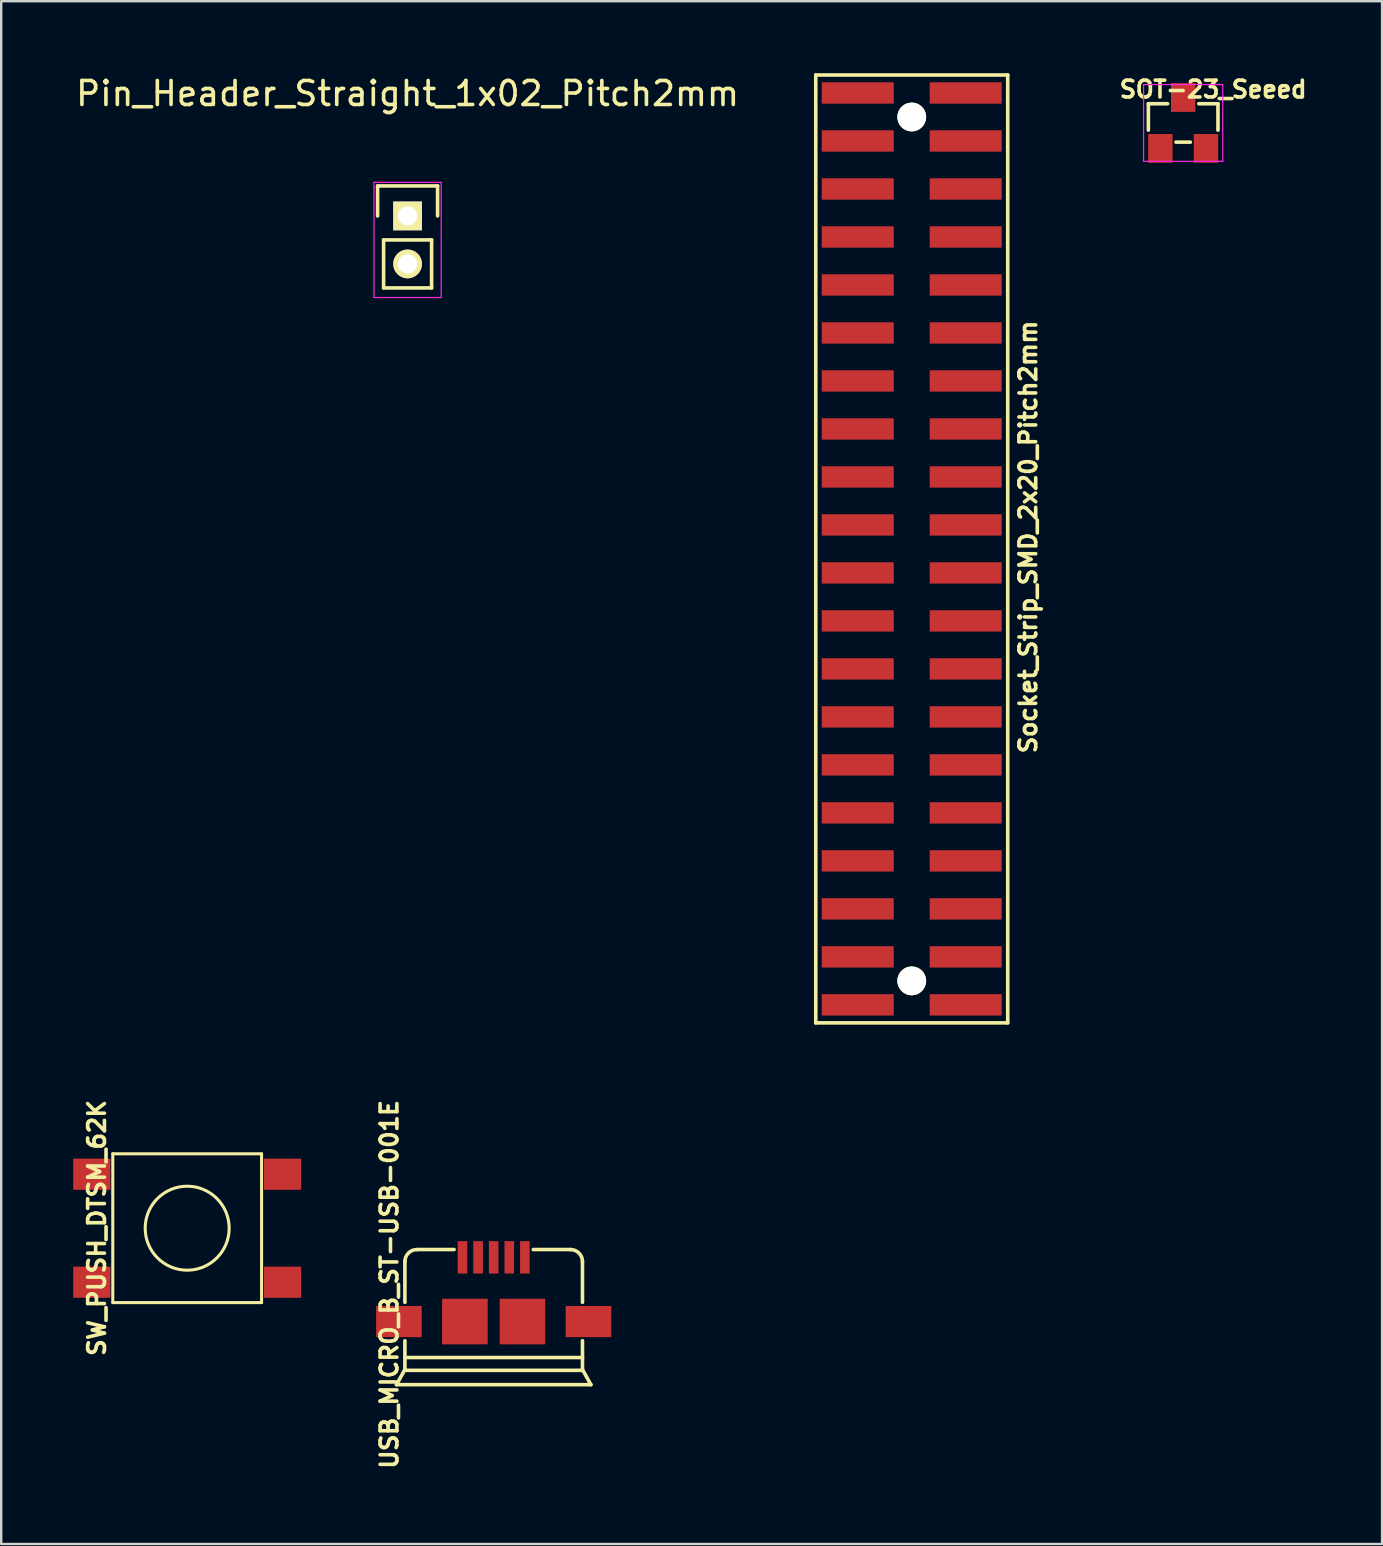
<source format=kicad_pcb>
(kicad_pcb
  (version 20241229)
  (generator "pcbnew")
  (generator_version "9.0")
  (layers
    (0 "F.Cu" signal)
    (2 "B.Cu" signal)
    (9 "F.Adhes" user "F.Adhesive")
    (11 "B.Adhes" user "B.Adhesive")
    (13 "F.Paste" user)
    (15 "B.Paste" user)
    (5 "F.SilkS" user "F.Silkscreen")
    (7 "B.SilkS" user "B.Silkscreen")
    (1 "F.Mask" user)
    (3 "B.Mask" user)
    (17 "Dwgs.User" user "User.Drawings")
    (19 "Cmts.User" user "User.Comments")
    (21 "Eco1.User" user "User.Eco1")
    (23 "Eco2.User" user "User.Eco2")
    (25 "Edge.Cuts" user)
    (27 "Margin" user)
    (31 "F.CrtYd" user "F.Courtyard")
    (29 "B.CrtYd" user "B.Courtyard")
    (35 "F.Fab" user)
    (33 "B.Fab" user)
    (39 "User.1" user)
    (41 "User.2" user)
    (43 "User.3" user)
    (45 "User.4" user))
  (footprint "USB_MICRO_B_ST-USB-001E"
    (layer "F.Cu")
    (at 17.523 53.522)
    (property "Reference" "USB_MICRO_B_ST-USB-001E" (at -4.35 -3.05 90) (layer "F.SilkS") (effects (font (size 0.7 0.7) (thickness 0.15))))
    (attr smd)
    (fp_line (start -4.05 1.13) (end -3.7 0.5) (stroke (width 0.15) (type solid)) (layer "F.SilkS"))
    (fp_line (start -3.7 -2.3) (end -3.7 -4) (stroke (width 0.15) (type solid)) (layer "F.SilkS"))
    (fp_line (start -3.7 -0.7) (end -3.7 0.5) (stroke (width 0.15) (type solid)) (layer "F.SilkS"))
    (fp_line (start -3.7 0) (end 3.7 0) (stroke (width 0.15) (type solid)) (layer "F.SilkS"))
    (fp_line (start -3.683 0.532) (end 3.683 0.532) (stroke (width 0.15) (type solid)) (layer "F.SilkS"))
    (fp_line (start -3.2 -4.5) (end -1.65 -4.5) (stroke (width 0.15) (type solid)) (layer "F.SilkS"))
    (fp_line (start 3.2 -4.5) (end 1.65 -4.5) (stroke (width 0.15) (type solid)) (layer "F.SilkS"))
    (fp_line (start 3.7 -4) (end 3.7 -2.3) (stroke (width 0.15) (type solid)) (layer "F.SilkS"))
    (fp_line (start 3.7 -0.7) (end 3.7 0.5) (stroke (width 0.15) (type solid)) (layer "F.SilkS"))
    (fp_line (start 3.7 0.5) (end 4.05 1.13) (stroke (width 0.15) (type solid)) (layer "F.SilkS"))
    (fp_line (start 4.05 1.13) (end -4.05 1.13) (stroke (width 0.15) (type solid)) (layer "F.SilkS"))
    (fp_arc (start -3.7 -4) (mid -3.553553 -4.353553) (end -3.2 -4.5) (stroke (width 0.15) (type solid)) (layer "F.SilkS"))
    (fp_arc (start 3.2 -4.5) (mid 3.553553 -4.353553) (end 3.7 -4) (stroke (width 0.15) (type solid)) (layer "F.SilkS"))
    (pad "1" smd rect (at -1.3 -4.175) (size 0.4 1.35) (layers "F.Cu" "F.Mask" "F.Paste"))
    (pad "2" smd rect (at -0.65 -4.175) (size 0.4 1.35) (layers "F.Cu" "F.Mask" "F.Paste"))
    (pad "3" smd rect (at 0 -4.175) (size 0.4 1.35) (layers "F.Cu" "F.Mask" "F.Paste"))
    (pad "4" smd rect (at 0.65 -4.175) (size 0.4 1.35) (layers "F.Cu" "F.Mask" "F.Paste"))
    (pad "5" smd rect (at 1.3 -4.175) (size 0.4 1.35) (layers "F.Cu" "F.Mask" "F.Paste"))
    (pad "6" smd rect (at 3.95 -1.5) (size 1.9 1.3) (layers "F.Cu" "F.Mask" "F.Paste"))
    (pad "7" smd rect (at 1.2 -1.5) (size 1.9 1.9) (layers "F.Cu" "F.Mask" "F.Paste"))
    (pad "8" smd rect (at -1.2 -1.5) (size 1.9 1.9) (layers "F.Cu" "F.Mask" "F.Paste"))
    (pad "9" smd rect (at -3.95 -1.5) (size 1.9 1.3) (layers "F.Cu" "F.Mask" "F.Paste")))
  (footprint "Pin_Header_Straight_1x02_Pitch2mm"
    (layer "F.Cu")
    (at 13.935 5.948)
    (property "Reference" "Pin_Header_Straight_1x02_Pitch2mm" (at 0 -5.1 0) (layer "F.SilkS") (effects (font (size 1 1) (thickness 0.15))))
    (attr through_hole)
    (fp_line (start -1.25 -1.25) (end 1.25 -1.25) (stroke (width 0.15) (type solid)) (layer "F.SilkS"))
    (fp_line (start -1.25 0) (end -1.25 -1.25) (stroke (width 0.15) (type solid)) (layer "F.SilkS"))
    (fp_line (start -1 1) (end 1 1) (stroke (width 0.15) (type solid)) (layer "F.SilkS"))
    (fp_line (start -1 3) (end -1 1) (stroke (width 0.15) (type solid)) (layer "F.SilkS"))
    (fp_line (start 1 1) (end 1 3) (stroke (width 0.15) (type solid)) (layer "F.SilkS"))
    (fp_line (start 1 3) (end -1 3) (stroke (width 0.15) (type solid)) (layer "F.SilkS"))
    (fp_line (start 1.25 -1.25) (end 1.25 0) (stroke (width 0.15) (type solid)) (layer "F.SilkS"))
    (fp_line (start -1.4 -1.4) (end 1.4 -1.4) (stroke (width 0.05) (type solid)) (layer "F.CrtYd"))
    (fp_line (start -1.4 3.4) (end -1.4 -1.4) (stroke (width 0.05) (type solid)) (layer "F.CrtYd"))
    (fp_line (start 1.4 -1.4) (end 1.4 3.4) (stroke (width 0.05) (type solid)) (layer "F.CrtYd"))
    (fp_line (start 1.4 3.4) (end -1.4 3.4) (stroke (width 0.05) (type solid)) (layer "F.CrtYd"))
    (pad "1" thru_hole rect (at 0 0) (size 1.2 1.2) (drill 0.8) (layers "*.Cu" "*.Mask" "F.SilkS"))
    (pad "2" thru_hole oval (at 0 2) (size 1.2 1.2) (drill 0.8) (layers "*.Cu" "*.Mask" "F.SilkS")))
  (footprint "Socket_Strip_SMD_2x20_Pitch2mm"
    (layer "F.Cu")
    (at 35.944 0.825)
    (property "Reference" "Socket_Strip_SMD_2x20_Pitch2mm" (at 3.85 18.5 90) (layer "F.SilkS") (effects (font (size 0.7 0.7) (thickness 0.15))))
    (attr smd)
    (fp_line (start -5 -0.75) (end 3 -0.75) (stroke (width 0.15) (type solid)) (layer "F.SilkS"))
    (fp_line (start -5 38.75) (end -5 -0.75) (stroke (width 0.15) (type solid)) (layer "F.SilkS"))
    (fp_line (start 3 -0.75) (end 3 38.75) (stroke (width 0.15) (type solid)) (layer "F.SilkS"))
    (fp_line (start 3 38.75) (end -5 38.75) (stroke (width 0.15) (type solid)) (layer "F.SilkS"))
    (pad "" np_thru_hole circle (at -1 1 270) (size 1.2 1.2) (drill 1.2) (layers "*.Cu" "*.Mask" "F.SilkS"))
    (pad "" np_thru_hole circle (at -1 37 270) (size 1.2 1.2) (drill 1.2) (layers "*.Cu" "*.Mask" "F.SilkS"))
    (pad "1" smd rect (at 1.25 0 270) (size 0.89 3) (layers "F.Cu" "F.Mask" "F.Paste"))
    (pad "2" smd rect (at -3.25 0 270) (size 0.89 3) (layers "F.Cu" "F.Mask" "F.Paste"))
    (pad "3" smd rect (at 1.25 2 270) (size 0.89 3) (layers "F.Cu" "F.Mask" "F.Paste"))
    (pad "4" smd rect (at -3.25 2 270) (size 0.89 3) (layers "F.Cu" "F.Mask" "F.Paste"))
    (pad "5" smd rect (at 1.25 4 270) (size 0.89 3) (layers "F.Cu" "F.Mask" "F.Paste"))
    (pad "6" smd rect (at -3.25 4 270) (size 0.89 3) (layers "F.Cu" "F.Mask" "F.Paste"))
    (pad "7" smd rect (at 1.25 6 270) (size 0.89 3) (layers "F.Cu" "F.Mask" "F.Paste"))
    (pad "8" smd rect (at -3.25 6 270) (size 0.89 3) (layers "F.Cu" "F.Mask" "F.Paste"))
    (pad "9" smd rect (at 1.25 8 270) (size 0.89 3) (layers "F.Cu" "F.Mask" "F.Paste"))
    (pad "10" smd rect (at -3.25 8 270) (size 0.89 3) (layers "F.Cu" "F.Mask" "F.Paste"))
    (pad "11" smd rect (at 1.25 10 270) (size 0.89 3) (layers "F.Cu" "F.Mask" "F.Paste"))
    (pad "12" smd rect (at -3.25 10 270) (size 0.89 3) (layers "F.Cu" "F.Mask" "F.Paste"))
    (pad "13" smd rect (at 1.25 12 270) (size 0.89 3) (layers "F.Cu" "F.Mask" "F.Paste"))
    (pad "14" smd rect (at -3.25 12 270) (size 0.89 3) (layers "F.Cu" "F.Mask" "F.Paste"))
    (pad "15" smd rect (at 1.25 14 270) (size 0.89 3) (layers "F.Cu" "F.Mask" "F.Paste"))
    (pad "16" smd rect (at -3.25 14 270) (size 0.89 3) (layers "F.Cu" "F.Mask" "F.Paste"))
    (pad "17" smd rect (at 1.25 16 270) (size 0.89 3) (layers "F.Cu" "F.Mask" "F.Paste"))
    (pad "18" smd rect (at -3.25 16 270) (size 0.89 3) (layers "F.Cu" "F.Mask" "F.Paste"))
    (pad "19" smd rect (at 1.25 18 270) (size 0.89 3) (layers "F.Cu" "F.Mask" "F.Paste"))
    (pad "20" smd rect (at -3.25 18 270) (size 0.89 3) (layers "F.Cu" "F.Mask" "F.Paste"))
    (pad "21" smd rect (at 1.25 20 270) (size 0.89 3) (layers "F.Cu" "F.Mask" "F.Paste"))
    (pad "22" smd rect (at -3.25 20 270) (size 0.89 3) (layers "F.Cu" "F.Mask" "F.Paste"))
    (pad "23" smd rect (at 1.25 22 270) (size 0.89 3) (layers "F.Cu" "F.Mask" "F.Paste"))
    (pad "24" smd rect (at -3.25 22 270) (size 0.89 3) (layers "F.Cu" "F.Mask" "F.Paste"))
    (pad "25" smd rect (at 1.25 24 270) (size 0.89 3) (layers "F.Cu" "F.Mask" "F.Paste"))
    (pad "26" smd rect (at -3.25 24 270) (size 0.89 3) (layers "F.Cu" "F.Mask" "F.Paste"))
    (pad "27" smd rect (at 1.25 26 270) (size 0.89 3) (layers "F.Cu" "F.Mask" "F.Paste"))
    (pad "28" smd rect (at -3.25 26 270) (size 0.89 3) (layers "F.Cu" "F.Mask" "F.Paste"))
    (pad "29" smd rect (at 1.25 28 270) (size 0.89 3) (layers "F.Cu" "F.Mask" "F.Paste"))
    (pad "30" smd rect (at -3.25 28 270) (size 0.89 3) (layers "F.Cu" "F.Mask" "F.Paste"))
    (pad "31" smd rect (at 1.25 30 270) (size 0.89 3) (layers "F.Cu" "F.Mask" "F.Paste"))
    (pad "32" smd rect (at -3.25 30 270) (size 0.89 3) (layers "F.Cu" "F.Mask" "F.Paste"))
    (pad "33" smd rect (at 1.25 32 270) (size 0.89 3) (layers "F.Cu" "F.Mask" "F.Paste"))
    (pad "34" smd rect (at -3.25 32 270) (size 0.89 3) (layers "F.Cu" "F.Mask" "F.Paste"))
    (pad "35" smd rect (at 1.25 34 270) (size 0.89 3) (layers "F.Cu" "F.Mask" "F.Paste"))
    (pad "36" smd rect (at -3.25 34 270) (size 0.89 3) (layers "F.Cu" "F.Mask" "F.Paste"))
    (pad "37" smd rect (at 1.25 36 270) (size 0.89 3) (layers "F.Cu" "F.Mask" "F.Paste"))
    (pad "38" smd rect (at -3.25 36 270) (size 0.89 3) (layers "F.Cu" "F.Mask" "F.Paste"))
    (pad "39" smd rect (at 1.25 38 270) (size 0.89 3) (layers "F.Cu" "F.Mask" "F.Paste"))
    (pad "40" smd rect (at -3.25 38 270) (size 0.89 3) (layers "F.Cu" "F.Mask" "F.Paste")))
  (footprint "SW_PUSH_DTSM_62K"
    (layer "F.Cu")
    (at 4.75 48.132)
    (property "Reference" "SW_PUSH_DTSM_62K" (at -3.764 -0.01 90) (layer "F.SilkS") (effects (font (size 0.7 0.7) (thickness 0.15))))
    (attr smd)
    (fp_line (start -3.1 -3.1) (end -3.1 3.1) (stroke (width 0.127) (type solid)) (layer "F.SilkS"))
    (fp_line (start -3.1 -3.1) (end 3.1 -3.1) (stroke (width 0.127) (type solid)) (layer "F.SilkS"))
    (fp_line (start 3.1 -3.1) (end 3.1 3.1) (stroke (width 0.127) (type solid)) (layer "F.SilkS"))
    (fp_line (start 3.1 3.1) (end -3.1 3.1) (stroke (width 0.127) (type solid)) (layer "F.SilkS"))
    (fp_circle (center 0 0) (end 0 -1.75) (stroke (width 0.127) (type solid)) (fill no) (layer "F.SilkS"))
    (pad "1" smd rect (at -3.975 -2.25) (size 1.55 1.3) (layers "F.Cu" "F.Mask" "F.Paste"))
    (pad "1" smd rect (at 3.975 -2.25) (size 1.55 1.3) (layers "F.Cu" "F.Mask" "F.Paste"))
    (pad "2" smd rect (at -3.975 2.25) (size 1.55 1.3) (layers "F.Cu" "F.Mask" "F.Paste"))
    (pad "2" smd rect (at 3.975 2.25) (size 1.55 1.3) (layers "F.Cu" "F.Mask" "F.Paste")))
  (footprint "SOT-23_Seeed"
    (layer "F.Cu")
    (at 46.255 2.073)
    (property "Reference" "SOT-23_Seeed" (at 1.25 -1.4 0) (layer "F.SilkS") (effects (font (size 0.7 0.7) (thickness 0.15))))
    (attr smd)
    (fp_line (start -1.45 -0.8) (end -1.45 0.3) (stroke (width 0.15) (type solid)) (layer "F.SilkS"))
    (fp_line (start -0.65 -0.8) (end -1.45 -0.8) (stroke (width 0.15) (type solid)) (layer "F.SilkS"))
    (fp_line (start -0.3 0.8) (end 0.3 0.8) (stroke (width 0.15) (type solid)) (layer "F.SilkS"))
    (fp_line (start 0.65 -0.8) (end 1.45 -0.8) (stroke (width 0.15) (type solid)) (layer "F.SilkS"))
    (fp_line (start 1.45 -0.8) (end 1.45 0.3) (stroke (width 0.15) (type solid)) (layer "F.SilkS"))
    (fp_line (start -1.65 -1.6) (end 1.65 -1.6) (stroke (width 0.05) (type solid)) (layer "F.CrtYd"))
    (fp_line (start -1.65 1.6) (end -1.65 -1.6) (stroke (width 0.05) (type solid)) (layer "F.CrtYd"))
    (fp_line (start 1.65 -1.6) (end 1.65 1.6) (stroke (width 0.05) (type solid)) (layer "F.CrtYd"))
    (fp_line (start 1.65 1.6) (end -1.65 1.6) (stroke (width 0.05) (type solid)) (layer "F.CrtYd"))
    (pad "1" smd rect (at -0.95 1.06) (size 1.016 1.2) (layers "F.Cu" "F.Mask" "F.Paste"))
    (pad "2" smd rect (at 0.95 1.06) (size 1.016 1.2) (layers "F.Cu" "F.Mask" "F.Paste"))
    (pad "3" smd rect (at 0 -1.06) (size 1.016 1.2) (layers "F.Cu" "F.Mask" "F.Paste")))
  (gr_rect
    (start -3 -3)
    (end 54.543 61.293)
    (stroke (width 0.1) (type default))
    (fill no)
    (layer "Edge.Cuts")))
</source>
